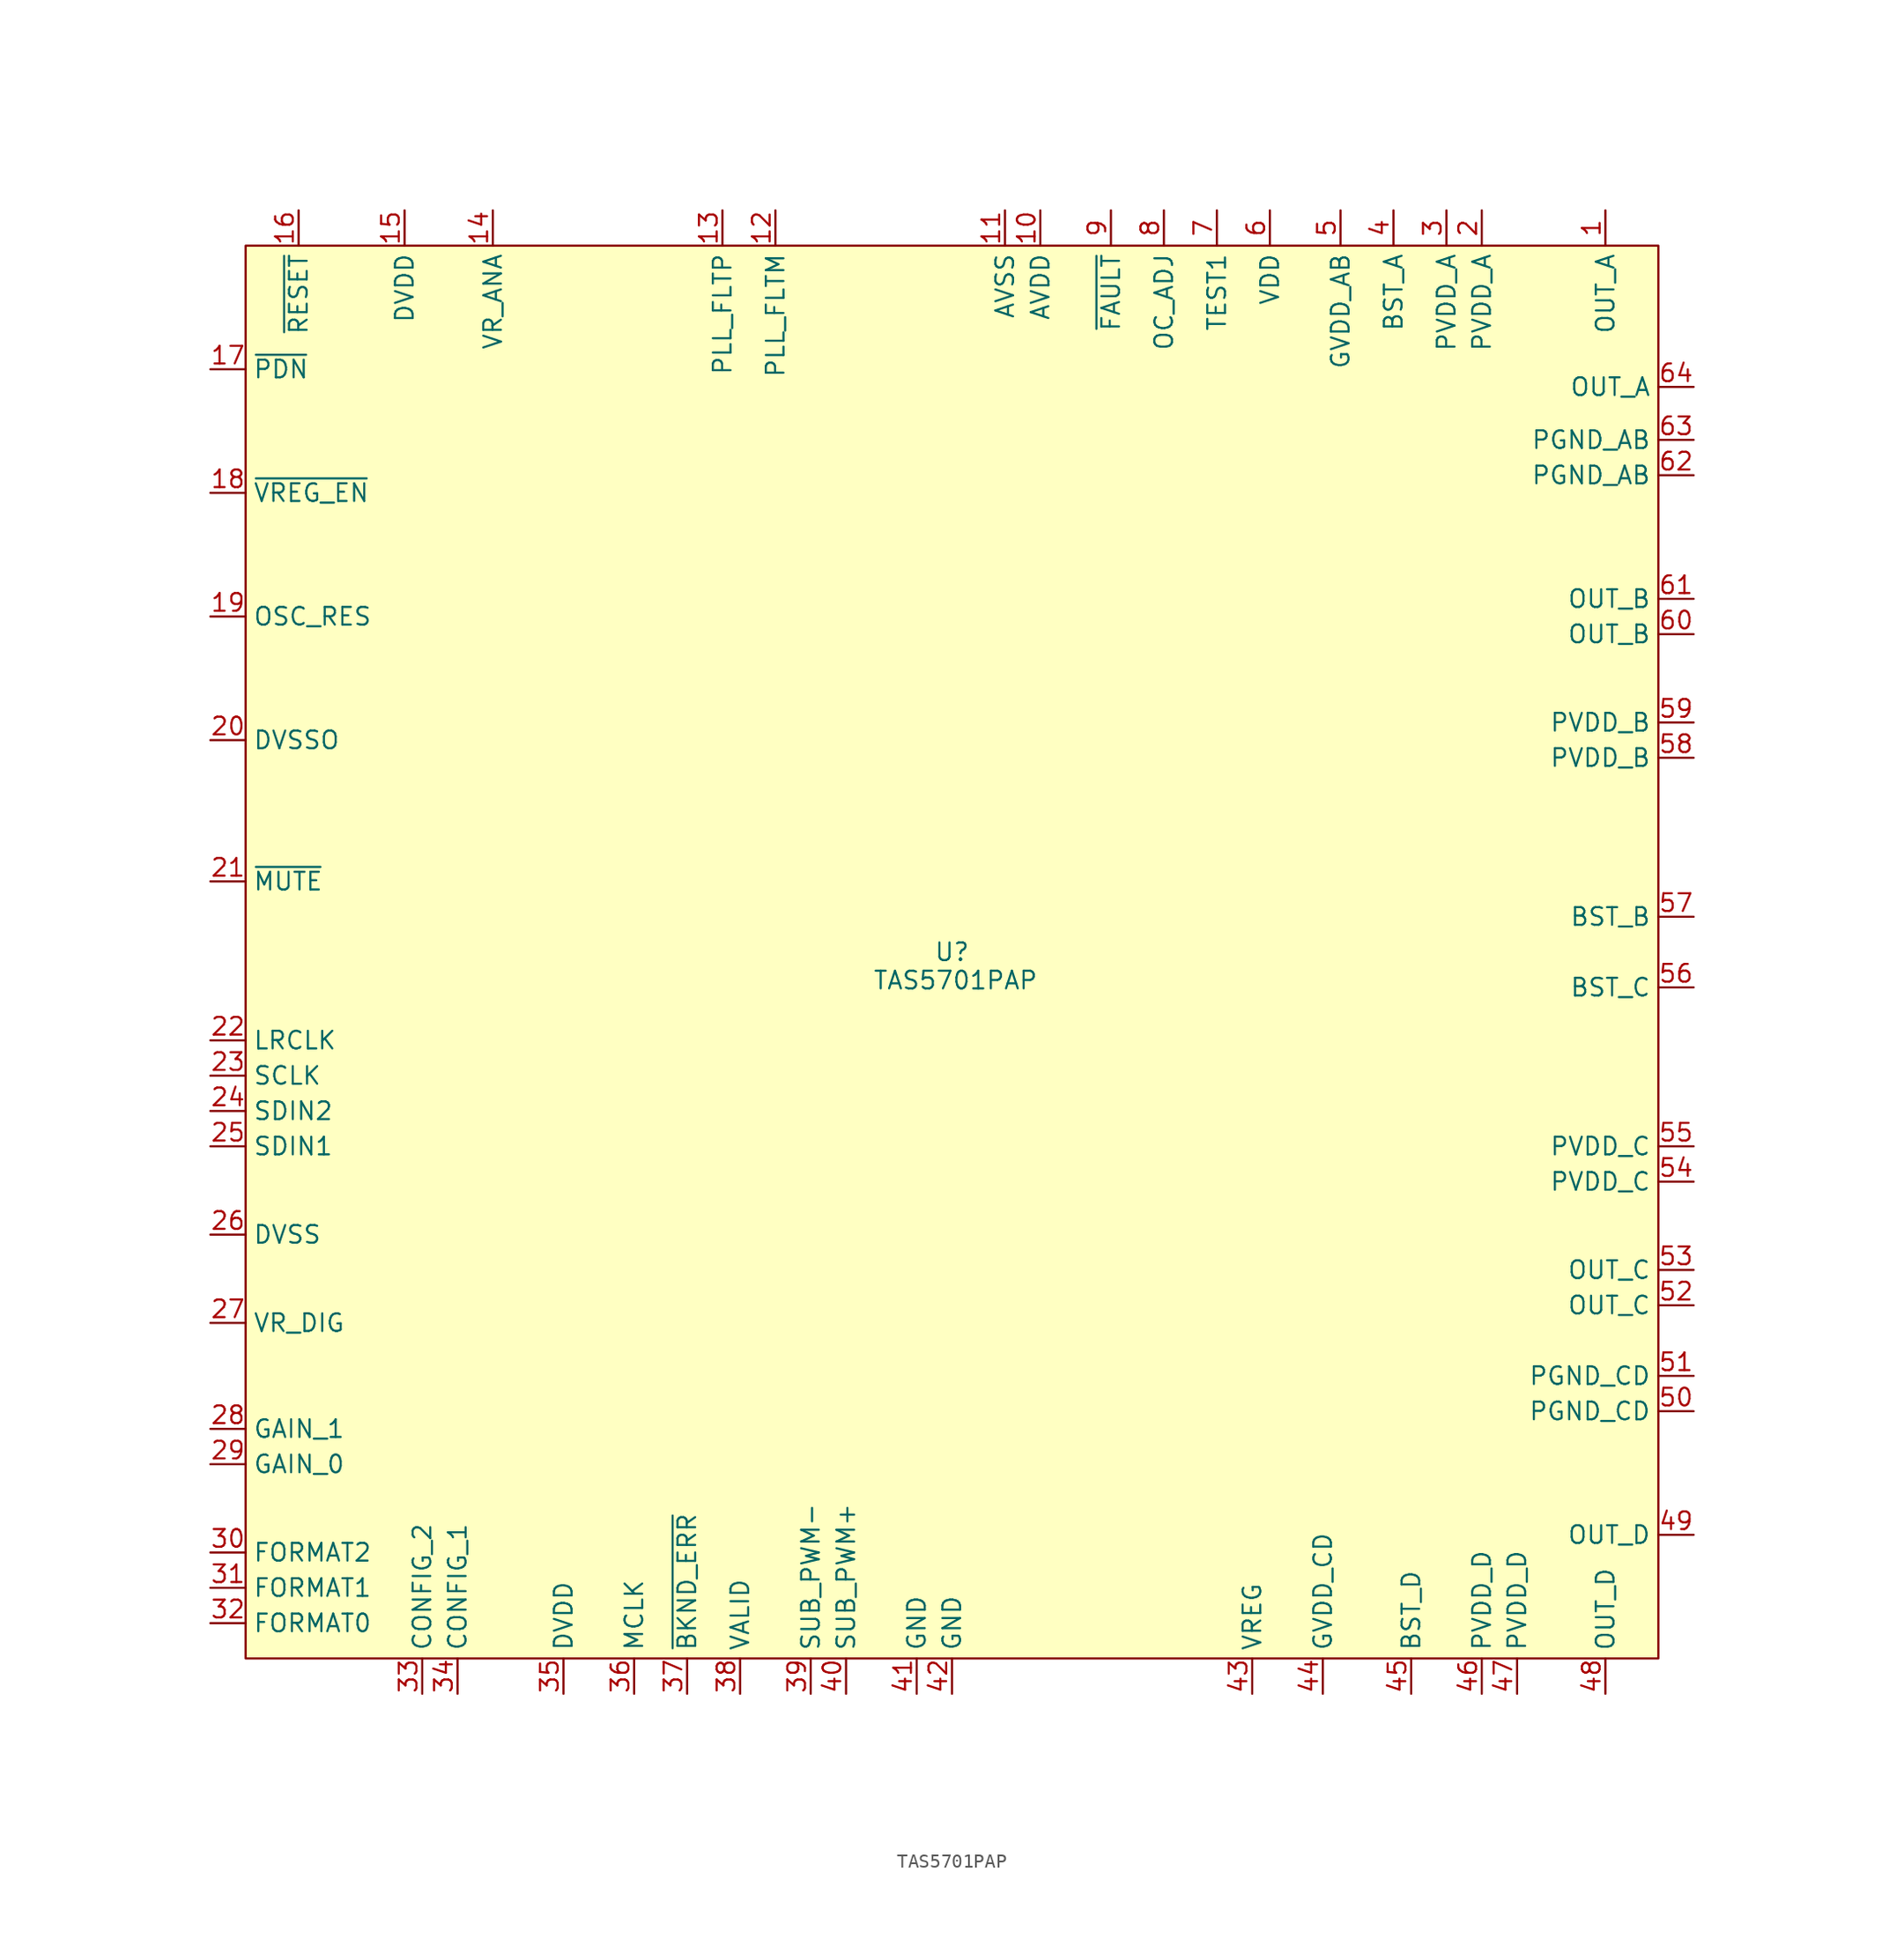
<source format=kicad_sym>
(kicad_symbol_lib
  (version 20241209)
  (generator "kicad_symbol_editor")
  (generator_version "9.0")
  (symbol "TAS5701PAP"
    (property "Reference" "U"
      (at 0 0 0)
      (effects (font (size 1.27 1.27))))
    (property "Value" "TAS5701PAP"
      (at 0.254 -2.032 0)
      (effects (font (size 1.27 1.27))))
    (symbol "TAS5701PAP_0_0"
      (pin input line (at -53.34 41.91 0) (length 2.54) (name "~{PDN}" (effects (font (size 1.27 1.27)))) (number "17" (effects (font (size 1.27 1.27)))))
      (pin input line (at -53.34 33.02 0) (length 2.54) (name "~{VREG_EN}" (effects (font (size 1.27 1.27)))) (number "18" (effects (font (size 1.27 1.27)))))
      (pin output line (at -53.34 24.13 0) (length 2.54) (name "OSC_RES" (effects (font (size 1.27 1.27)))) (number "19" (effects (font (size 1.27 1.27)))))
      (pin power_in line (at -53.34 15.24 0) (length 2.54) (name "DVSSO" (effects (font (size 1.27 1.27)))) (number "20" (effects (font (size 1.27 1.27)))))
      (pin input line (at -53.34 5.08 0) (length 2.54) (name "~{MUTE}" (effects (font (size 1.27 1.27)))) (number "21" (effects (font (size 1.27 1.27)))))
      (pin input line (at -53.34 -6.35 0) (length 2.54) (name "LRCLK" (effects (font (size 1.27 1.27)))) (number "22" (effects (font (size 1.27 1.27)))))
      (pin input line (at -53.34 -8.89 0) (length 2.54) (name "SCLK" (effects (font (size 1.27 1.27)))) (number "23" (effects (font (size 1.27 1.27)))))
      (pin input line (at -53.34 -11.43 0) (length 2.54) (name "SDIN2" (effects (font (size 1.27 1.27)))) (number "24" (effects (font (size 1.27 1.27)))))
      (pin input line (at -53.34 -13.97 0) (length 2.54) (name "SDIN1" (effects (font (size 1.27 1.27)))) (number "25" (effects (font (size 1.27 1.27)))))
      (pin power_in line (at -53.34 -20.32 0) (length 2.54) (name "DVSS" (effects (font (size 1.27 1.27)))) (number "26" (effects (font (size 1.27 1.27)))))
      (pin passive line (at -53.34 -26.67 0) (length 2.54) (name "VR_DIG" (effects (font (size 1.27 1.27)))) (number "27" (effects (font (size 1.27 1.27)))))
      (pin input line (at -53.34 -34.29 0) (length 2.54) (name "GAIN_1" (effects (font (size 1.27 1.27)))) (number "28" (effects (font (size 1.27 1.27)))))
      (pin input line (at -53.34 -36.83 0) (length 2.54) (name "GAIN_0" (effects (font (size 1.27 1.27)))) (number "29" (effects (font (size 1.27 1.27)))))
      (pin input line (at -53.34 -43.18 0) (length 2.54) (name "FORMAT2" (effects (font (size 1.27 1.27)))) (number "30" (effects (font (size 1.27 1.27)))))
      (pin input line (at -53.34 -45.72 0) (length 2.54) (name "FORMAT1" (effects (font (size 1.27 1.27)))) (number "31" (effects (font (size 1.27 1.27)))))
      (pin input line (at -53.34 -48.26 0) (length 2.54) (name "FORMAT0" (effects (font (size 1.27 1.27)))) (number "32" (effects (font (size 1.27 1.27)))))
      (pin input line (at -46.99 53.34 270) (length 2.54) (name "~{RESET}" (effects (font (size 1.27 1.27)))) (number "16" (effects (font (size 1.27 1.27)))))
      (pin power_in line (at -39.37 53.34 270) (length 2.54) (name "DVDD" (effects (font (size 1.27 1.27)))) (number "15" (effects (font (size 1.27 1.27)))))
      (pin input line (at -38.1 -53.34 90) (length 2.54) (name "CONFIG_2" (effects (font (size 1.27 1.27)))) (number "33" (effects (font (size 1.27 1.27)))))
      (pin input line (at -35.56 -53.34 90) (length 2.54) (name "CONFIG_1" (effects (font (size 1.27 1.27)))) (number "34" (effects (font (size 1.27 1.27)))))
      (pin passive line (at -33.02 53.34 270) (length 2.54) (name "VR_ANA" (effects (font (size 1.27 1.27)))) (number "14" (effects (font (size 1.27 1.27)))))
      (pin power_in line (at -27.94 -53.34 90) (length 2.54) (name "DVDD" (effects (font (size 1.27 1.27)))) (number "35" (effects (font (size 1.27 1.27)))))
      (pin input line (at -22.86 -53.34 90) (length 2.54) (name "MCLK" (effects (font (size 1.27 1.27)))) (number "36" (effects (font (size 1.27 1.27)))))
      (pin input line (at -19.05 -53.34 90) (length 2.54) (name "~{BKND_ERR}" (effects (font (size 1.27 1.27)))) (number "37" (effects (font (size 1.27 1.27)))))
      (pin input line (at -16.51 53.34 270) (length 2.54) (name "PLL_FLTP" (effects (font (size 1.27 1.27)))) (number "13" (effects (font (size 1.27 1.27)))))
      (pin output line (at -15.24 -53.34 90) (length 2.54) (name "VALID" (effects (font (size 1.27 1.27)))) (number "38" (effects (font (size 1.27 1.27)))))
      (pin output line (at -12.7 53.34 270) (length 2.54) (name "PLL_FLTM" (effects (font (size 1.27 1.27)))) (number "12" (effects (font (size 1.27 1.27)))))
      (pin output line (at -10.16 -53.34 90) (length 2.54) (name "SUB_PWM-" (effects (font (size 1.27 1.27)))) (number "39" (effects (font (size 1.27 1.27)))))
      (pin output line (at -7.62 -53.34 90) (length 2.54) (name "SUB_PWM+" (effects (font (size 1.27 1.27)))) (number "40" (effects (font (size 1.27 1.27)))))
      (pin power_in line (at -2.54 -53.34 90) (length 2.54) (name "GND" (effects (font (size 1.27 1.27)))) (number "41" (effects (font (size 1.27 1.27)))))
      (pin power_in line (at 0 -53.34 90) (length 2.54) (name "GND" (effects (font (size 1.27 1.27)))) (number "42" (effects (font (size 1.27 1.27)))))
      (pin power_in line (at 3.81 53.34 270) (length 2.54) (name "AVSS" (effects (font (size 1.27 1.27)))) (number "11" (effects (font (size 1.27 1.27)))))
      (pin power_in line (at 6.35 53.34 270) (length 2.54) (name "AVDD" (effects (font (size 1.27 1.27)))) (number "10" (effects (font (size 1.27 1.27)))))
      (pin output line (at 11.43 53.34 270) (length 2.54) (name "~{FAULT}" (effects (font (size 1.27 1.27)))) (number "9" (effects (font (size 1.27 1.27)))))
      (pin output line (at 15.24 53.34 270) (length 2.54) (name "OC_ADJ" (effects (font (size 1.27 1.27)))) (number "8" (effects (font (size 1.27 1.27)))))
      (pin input line (at 19.05 53.34 270) (length 2.54) (name "TEST1" (effects (font (size 1.27 1.27)))) (number "7" (effects (font (size 1.27 1.27)))))
      (pin passive line (at 21.59 -53.34 90) (length 2.54) (name "VREG" (effects (font (size 1.27 1.27)))) (number "43" (effects (font (size 1.27 1.27)))))
      (pin power_in line (at 22.86 53.34 270) (length 2.54) (name "VDD" (effects (font (size 1.27 1.27)))) (number "6" (effects (font (size 1.27 1.27)))))
      (pin power_in line (at 26.67 -53.34 90) (length 2.54) (name "GVDD_CD" (effects (font (size 1.27 1.27)))) (number "44" (effects (font (size 1.27 1.27)))))
      (pin power_in line (at 27.94 53.34 270) (length 2.54) (name "GVDD_AB" (effects (font (size 1.27 1.27)))) (number "5" (effects (font (size 1.27 1.27)))))
      (pin power_in line (at 31.75 53.34 270) (length 2.54) (name "BST_A" (effects (font (size 1.27 1.27)))) (number "4" (effects (font (size 1.27 1.27)))))
      (pin power_in line (at 33.02 -53.34 90) (length 2.54) (name "BST_D" (effects (font (size 1.27 1.27)))) (number "45" (effects (font (size 1.27 1.27)))))
      (pin power_in line (at 35.56 53.34 270) (length 2.54) (name "PVDD_A" (effects (font (size 1.27 1.27)))) (number "3" (effects (font (size 1.27 1.27)))))
      (pin power_in line (at 38.1 53.34 270) (length 2.54) (name "PVDD_A" (effects (font (size 1.27 1.27)))) (number "2" (effects (font (size 1.27 1.27)))))
      (pin power_in line (at 38.1 -53.34 90) (length 2.54) (name "PVDD_D" (effects (font (size 1.27 1.27)))) (number "46" (effects (font (size 1.27 1.27)))))
      (pin power_in line (at 40.64 -53.34 90) (length 2.54) (name "PVDD_D" (effects (font (size 1.27 1.27)))) (number "47" (effects (font (size 1.27 1.27)))))
      (pin power_out line (at 46.99 53.34 270) (length 2.54) (name "OUT_A" (effects (font (size 1.27 1.27)))) (number "1" (effects (font (size 1.27 1.27)))))
      (pin power_out line (at 46.99 -53.34 90) (length 2.54) (name "OUT_D" (effects (font (size 1.27 1.27)))) (number "48" (effects (font (size 1.27 1.27)))))
      (pin power_out line (at 53.34 40.64 180) (length 2.54) (name "OUT_A" (effects (font (size 1.27 1.27)))) (number "64" (effects (font (size 1.27 1.27)))))
      (pin power_in line (at 53.34 36.83 180) (length 2.54) (name "PGND_AB" (effects (font (size 1.27 1.27)))) (number "63" (effects (font (size 1.27 1.27)))))
      (pin power_in line (at 53.34 34.29 180) (length 2.54) (name "PGND_AB" (effects (font (size 1.27 1.27)))) (number "62" (effects (font (size 1.27 1.27)))))
      (pin power_out line (at 53.34 25.4 180) (length 2.54) (name "OUT_B" (effects (font (size 1.27 1.27)))) (number "61" (effects (font (size 1.27 1.27)))))
      (pin power_out line (at 53.34 22.86 180) (length 2.54) (name "OUT_B" (effects (font (size 1.27 1.27)))) (number "60" (effects (font (size 1.27 1.27)))))
      (pin power_in line (at 53.34 16.51 180) (length 2.54) (name "PVDD_B" (effects (font (size 1.27 1.27)))) (number "59" (effects (font (size 1.27 1.27)))))
      (pin power_in line (at 53.34 13.97 180) (length 2.54) (name "PVDD_B" (effects (font (size 1.27 1.27)))) (number "58" (effects (font (size 1.27 1.27)))))
      (pin power_in line (at 53.34 2.54 180) (length 2.54) (name "BST_B" (effects (font (size 1.27 1.27)))) (number "57" (effects (font (size 1.27 1.27)))))
      (pin power_in line (at 53.34 -2.54 180) (length 2.54) (name "BST_C" (effects (font (size 1.27 1.27)))) (number "56" (effects (font (size 1.27 1.27)))))
      (pin power_in line (at 53.34 -13.97 180) (length 2.54) (name "PVDD_C" (effects (font (size 1.27 1.27)))) (number "55" (effects (font (size 1.27 1.27)))))
      (pin power_in line (at 53.34 -16.51 180) (length 2.54) (name "PVDD_C" (effects (font (size 1.27 1.27)))) (number "54" (effects (font (size 1.27 1.27)))))
      (pin power_out line (at 53.34 -22.86 180) (length 2.54) (name "OUT_C" (effects (font (size 1.27 1.27)))) (number "53" (effects (font (size 1.27 1.27)))))
      (pin power_out line (at 53.34 -25.4 180) (length 2.54) (name "OUT_C" (effects (font (size 1.27 1.27)))) (number "52" (effects (font (size 1.27 1.27)))))
      (pin power_in line (at 53.34 -30.48 180) (length 2.54) (name "PGND_CD" (effects (font (size 1.27 1.27)))) (number "51" (effects (font (size 1.27 1.27)))))
      (pin power_in line (at 53.34 -33.02 180) (length 2.54) (name "PGND_CD" (effects (font (size 1.27 1.27)))) (number "50" (effects (font (size 1.27 1.27)))))
      (pin power_out line (at 53.34 -41.91 180) (length 2.54) (name "OUT_D" (effects (font (size 1.27 1.27)))) (number "49" (effects (font (size 1.27 1.27))))))
    (symbol "TAS5701PAP_1_1"
      (rectangle (start -50.8 50.8) (end 50.8 -50.8) (stroke (width 0) (type solid)) (fill (type background)))
      (pin unspecified line (at 53.34 36.83 180) (length 2.54) (hide yes) (name "Thermal_Pad" (effects (font (size 1.27 1.27)))) (number "65" (effects (font (size 1.27 1.27))))))))
</source>
